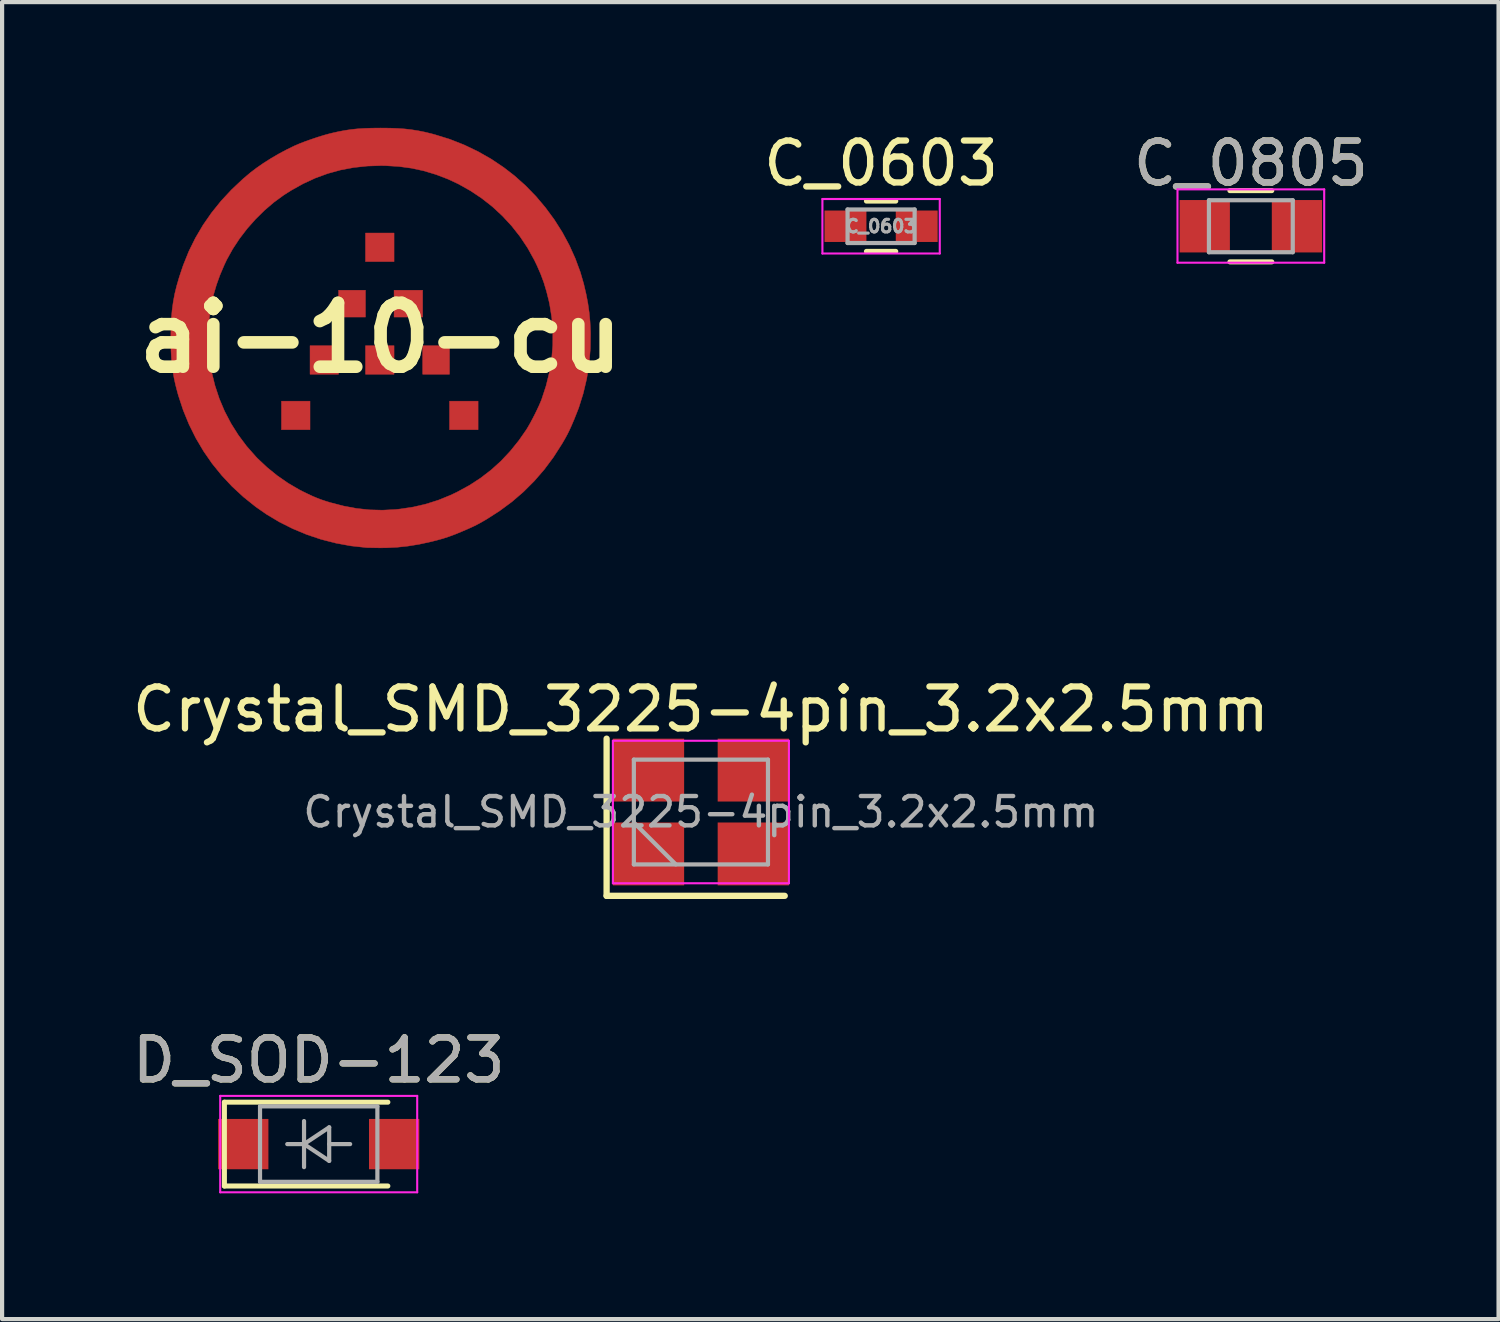
<source format=kicad_pcb>
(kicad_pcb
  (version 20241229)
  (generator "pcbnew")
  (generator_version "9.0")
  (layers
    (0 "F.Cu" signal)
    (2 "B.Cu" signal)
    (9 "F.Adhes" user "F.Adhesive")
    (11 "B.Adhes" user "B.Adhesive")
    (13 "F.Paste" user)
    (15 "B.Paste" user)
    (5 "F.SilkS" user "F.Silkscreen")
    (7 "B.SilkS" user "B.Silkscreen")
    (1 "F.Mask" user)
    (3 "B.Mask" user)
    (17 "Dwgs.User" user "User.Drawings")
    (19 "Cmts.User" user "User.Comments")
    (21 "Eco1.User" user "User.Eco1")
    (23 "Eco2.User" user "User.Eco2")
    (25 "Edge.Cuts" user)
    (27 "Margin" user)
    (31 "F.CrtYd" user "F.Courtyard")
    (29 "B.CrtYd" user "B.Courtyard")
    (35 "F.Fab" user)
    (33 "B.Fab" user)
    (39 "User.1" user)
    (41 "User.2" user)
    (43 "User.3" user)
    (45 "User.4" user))
  (footprint "D_SOD-123"
    (layer "F.Cu")
    (at 4.554 24.247)
    (property "Reference" "D_SOD-123" (at 0 -2 0) (layer "F.SilkS") (effects (font (size 1 1) (thickness 0.15))))
    (attr smd)
    (fp_line (start -2.25 -1) (end -2.25 1) (stroke (width 0.12) (type solid)) (layer "F.SilkS"))
    (fp_line (start -2.25 -1) (end 1.65 -1) (stroke (width 0.12) (type solid)) (layer "F.SilkS"))
    (fp_line (start -2.25 1) (end 1.65 1) (stroke (width 0.12) (type solid)) (layer "F.SilkS"))
    (fp_line (start -2.35 -1.15) (end -2.35 1.15) (stroke (width 0.05) (type solid)) (layer "F.CrtYd"))
    (fp_line (start -2.35 -1.15) (end 2.35 -1.15) (stroke (width 0.05) (type solid)) (layer "F.CrtYd"))
    (fp_line (start 2.35 -1.15) (end 2.35 1.15) (stroke (width 0.05) (type solid)) (layer "F.CrtYd"))
    (fp_line (start 2.35 1.15) (end -2.35 1.15) (stroke (width 0.05) (type solid)) (layer "F.CrtYd"))
    (fp_line (start -1.4 -0.9) (end 1.4 -0.9) (stroke (width 0.1) (type solid)) (layer "F.Fab"))
    (fp_line (start -1.4 0.9) (end -1.4 -0.9) (stroke (width 0.1) (type solid)) (layer "F.Fab"))
    (fp_line (start -0.75 0) (end -0.35 0) (stroke (width 0.1) (type solid)) (layer "F.Fab"))
    (fp_line (start -0.35 0) (end -0.35 -0.55) (stroke (width 0.1) (type solid)) (layer "F.Fab"))
    (fp_line (start -0.35 0) (end -0.35 0.55) (stroke (width 0.1) (type solid)) (layer "F.Fab"))
    (fp_line (start -0.35 0) (end 0.25 -0.4) (stroke (width 0.1) (type solid)) (layer "F.Fab"))
    (fp_line (start 0.25 -0.4) (end 0.25 0.4) (stroke (width 0.1) (type solid)) (layer "F.Fab"))
    (fp_line (start 0.25 0) (end 0.75 0) (stroke (width 0.1) (type solid)) (layer "F.Fab"))
    (fp_line (start 0.25 0.4) (end -0.35 0) (stroke (width 0.1) (type solid)) (layer "F.Fab"))
    (fp_line (start 1.4 -0.9) (end 1.4 0.9) (stroke (width 0.1) (type solid)) (layer "F.Fab"))
    (fp_line (start 1.4 0.9) (end -1.4 0.9) (stroke (width 0.1) (type solid)) (layer "F.Fab"))
    (fp_text user "${REFERENCE}" (at 0 -2 0) (layer "F.Fab") (effects (font (size 1 1) (thickness 0.15))))
    (pad "1" smd rect (at -1.8 0) (size 1.2 1.2) (layers "F.Cu" "F.Mask" "F.Paste"))
    (pad "2" smd rect (at 1.8 0) (size 1.2 1.2) (layers "F.Cu" "F.Mask" "F.Paste")))
  (footprint "C_0603"
    (layer "F.Cu")
    (at 17.972 2.348)
    (property "Reference" "C_0603" (at 0 -1.5 0) (layer "F.SilkS") (effects (font (size 1 1) (thickness 0.15))))
    (attr smd)
    (fp_line (start -0.35 -0.6) (end 0.35 -0.6) (stroke (width 0.12) (type solid)) (layer "F.SilkS"))
    (fp_line (start 0.35 0.6) (end -0.35 0.6) (stroke (width 0.12) (type solid)) (layer "F.SilkS"))
    (fp_line (start -1.4 -0.65) (end -1.4 0.65) (stroke (width 0.05) (type solid)) (layer "F.CrtYd"))
    (fp_line (start -1.4 -0.65) (end 1.4 -0.65) (stroke (width 0.05) (type solid)) (layer "F.CrtYd"))
    (fp_line (start 1.4 0.65) (end -1.4 0.65) (stroke (width 0.05) (type solid)) (layer "F.CrtYd"))
    (fp_line (start 1.4 0.65) (end 1.4 -0.65) (stroke (width 0.05) (type solid)) (layer "F.CrtYd"))
    (fp_line (start -0.8 -0.4) (end 0.8 -0.4) (stroke (width 0.1) (type solid)) (layer "F.Fab"))
    (fp_line (start -0.8 0.4) (end -0.8 -0.4) (stroke (width 0.1) (type solid)) (layer "F.Fab"))
    (fp_line (start 0.8 -0.4) (end 0.8 0.4) (stroke (width 0.1) (type solid)) (layer "F.Fab"))
    (fp_line (start 0.8 0.4) (end -0.8 0.4) (stroke (width 0.1) (type solid)) (layer "F.Fab"))
    (fp_text user "${REFERENCE}" (at 0 0 0) (layer "F.Fab") (effects (font (size 0.3 0.3) (thickness 0.075))))
    (pad "1" smd rect (at -0.85 0) (size 1 0.75) (layers "F.Cu" "F.Mask" "F.Paste"))
    (pad "2" smd rect (at 0.85 0) (size 1 0.75) (layers "F.Cu" "F.Mask" "F.Paste")))
  (footprint "C_0805"
    (layer "F.Cu")
    (at 26.794 2.348)
    (property "Reference" "C_0805" (at 0 -1.5 0) (layer "F.SilkS") (effects (font (size 1 1) (thickness 0.15))))
    (attr smd)
    (fp_line (start -0.5 0.85) (end 0.5 0.85) (stroke (width 0.12) (type solid)) (layer "F.SilkS"))
    (fp_line (start 0.5 -0.85) (end -0.5 -0.85) (stroke (width 0.12) (type solid)) (layer "F.SilkS"))
    (fp_line (start -1.75 -0.88) (end -1.75 0.87) (stroke (width 0.05) (type solid)) (layer "F.CrtYd"))
    (fp_line (start -1.75 -0.88) (end 1.75 -0.88) (stroke (width 0.05) (type solid)) (layer "F.CrtYd"))
    (fp_line (start 1.75 0.87) (end -1.75 0.87) (stroke (width 0.05) (type solid)) (layer "F.CrtYd"))
    (fp_line (start 1.75 0.87) (end 1.75 -0.88) (stroke (width 0.05) (type solid)) (layer "F.CrtYd"))
    (fp_line (start -1 -0.62) (end 1 -0.62) (stroke (width 0.1) (type solid)) (layer "F.Fab"))
    (fp_line (start -1 0.62) (end -1 -0.62) (stroke (width 0.1) (type solid)) (layer "F.Fab"))
    (fp_line (start 1 -0.62) (end 1 0.62) (stroke (width 0.1) (type solid)) (layer "F.Fab"))
    (fp_line (start 1 0.62) (end -1 0.62) (stroke (width 0.1) (type solid)) (layer "F.Fab"))
    (fp_text user "${REFERENCE}" (at 0 -1.5 0) (layer "F.Fab") (effects (font (size 1 1) (thickness 0.15))))
    (pad "1" smd rect (at -1.1 0) (size 1.2 1.25) (layers "F.Cu" "F.Mask" "F.Paste"))
    (pad "2" smd rect (at 1.1 0) (size 1.2 1.25) (layers "F.Cu" "F.Mask" "F.Paste")))
  (footprint "ai-10-cu"
    (layer "F.Cu")
    (at 6.031 5.01)
    (property "Reference" "ai-10-cu" (at 0 0 0) (layer "F.SilkS") (effects (font (size 1.524 1.524) (thickness 0.3))))
    (attr through_hole)
    (fp_poly (pts (xy -1.684 2.192) (xy -2.366 2.192) (xy -2.366 1.511) (xy -1.684 1.511) (xy -1.684 2.192)) (stroke (width 0.01) (type solid)) (fill yes) (layer "F.Cu"))
    (fp_poly (pts (xy -1.003 0.869) (xy -1.684 0.869) (xy -1.684 0.187) (xy -1.003 0.187) (xy -1.003 0.869)) (stroke (width 0.01) (type solid)) (fill yes) (layer "F.Cu"))
    (fp_poly (pts (xy -0.361 -0.495) (xy -1.003 -0.495) (xy -1.003 -1.136) (xy -0.361 -1.136) (xy -0.361 -0.495)) (stroke (width 0.01) (type solid)) (fill yes) (layer "F.Cu"))
    (fp_poly (pts (xy 0.321 -1.818) (xy -0.361 -1.818) (xy -0.361 -2.5) (xy 0.321 -2.5) (xy 0.321 -1.818)) (stroke (width 0.01) (type solid)) (fill yes) (layer "F.Cu"))
    (fp_poly (pts (xy 0.321 0.869) (xy -0.361 0.869) (xy -0.361 0.187) (xy 0.321 0.187) (xy 0.321 0.869)) (stroke (width 0.01) (type solid)) (fill yes) (layer "F.Cu"))
    (fp_poly (pts (xy 1.003 -0.495) (xy 0.321 -0.495) (xy 0.321 -1.136) (xy 1.003 -1.136) (xy 1.003 -0.495)) (stroke (width 0.01) (type solid)) (fill yes) (layer "F.Cu"))
    (fp_poly (pts (xy 1.644 0.869) (xy 1.003 0.869) (xy 1.003 0.187) (xy 1.644 0.187) (xy 1.644 0.869)) (stroke (width 0.01) (type solid)) (fill yes) (layer "F.Cu"))
    (fp_poly (pts (xy 2.326 2.192) (xy 1.644 2.192) (xy 1.644 1.511) (xy 2.326 1.511) (xy 2.326 2.192)) (stroke (width 0.01) (type solid)) (fill yes) (layer "F.Cu"))
    (fp_poly (pts (xy 0.007 -5.005) (xy 0.216 -5.003) (xy 0.404 -4.996) (xy 0.577 -4.984) (xy 0.74 -4.965) (xy 0.898 -4.94) (xy 1.058 -4.908) (xy 1.225 -4.867) (xy 1.301 -4.846) (xy 1.653 -4.737) (xy 1.993 -4.603) (xy 2.321 -4.446) (xy 2.636 -4.267) (xy 2.936 -4.066) (xy 3.192 -3.868) (xy 3.458 -3.631) (xy 3.706 -3.376) (xy 3.935 -3.104) (xy 4.145 -2.818) (xy 4.334 -2.52) (xy 4.501 -2.211) (xy 4.645 -1.892) (xy 4.765 -1.567) (xy 4.847 -1.284) (xy 4.902 -1.048) (xy 4.945 -0.826) (xy 4.976 -0.608) (xy 4.997 -0.386) (xy 5.008 -0.15) (xy 5.009 -0.107) (xy 5.004 0.261) (xy 4.974 0.622) (xy 4.917 0.978) (xy 4.834 1.328) (xy 4.726 1.672) (xy 4.617 1.948) (xy 4.57 2.058) (xy 4.53 2.149) (xy 4.493 2.228) (xy 4.457 2.3) (xy 4.418 2.372) (xy 4.374 2.45) (xy 4.325 2.533) (xy 4.124 2.847) (xy 3.905 3.141) (xy 3.667 3.416) (xy 3.411 3.672) (xy 3.135 3.91) (xy 2.84 4.128) (xy 2.533 4.325) (xy 2.444 4.377) (xy 2.367 4.421) (xy 2.295 4.459) (xy 2.223 4.495) (xy 2.143 4.532) (xy 2.051 4.573) (xy 1.948 4.617) (xy 1.786 4.684) (xy 1.636 4.74) (xy 1.49 4.788) (xy 1.336 4.831) (xy 1.196 4.866) (xy 0.919 4.926) (xy 0.655 4.969) (xy 0.395 4.997) (xy 0.132 5.01) (xy -0.02 5.011) (xy -0.106 5.01) (xy -0.187 5.008) (xy -0.258 5.007) (xy -0.313 5.006) (xy -0.346 5.004) (xy -0.348 5.004) (xy -0.712 4.964) (xy -1.07 4.898) (xy -1.421 4.808) (xy -1.764 4.693) (xy -2.096 4.554) (xy -2.417 4.393) (xy -2.725 4.209) (xy -2.979 4.032) (xy -3.27 3.799) (xy -3.541 3.549) (xy -3.79 3.283) (xy -4.019 3.001) (xy -4.225 2.703) (xy -4.409 2.392) (xy -4.571 2.066) (xy -4.71 1.726) (xy -4.826 1.374) (xy -4.846 1.301) (xy -4.891 1.13) (xy -4.927 0.968) (xy -4.955 0.809) (xy -4.976 0.649) (xy -4.991 0.481) (xy -5.001 0.3) (xy -5.005 0.101) (xy -5.005 0.007) (xy -5.004 -0.087) (xy -4.108 -0.087) (xy -4.108 0.048) (xy -4.105 0.183) (xy -4.1 0.309) (xy -4.092 0.421) (xy -4.086 0.481) (xy -4.032 0.814) (xy -3.953 1.136) (xy -3.85 1.449) (xy -3.723 1.75) (xy -3.571 2.041) (xy -3.396 2.319) (xy -3.198 2.584) (xy -2.976 2.836) (xy -2.939 2.875) (xy -2.712 3.089) (xy -2.467 3.288) (xy -2.207 3.468) (xy -1.937 3.626) (xy -1.859 3.666) (xy -1.734 3.727) (xy -1.624 3.778) (xy -1.522 3.821) (xy -1.421 3.86) (xy -1.313 3.896) (xy -1.203 3.93) (xy -0.884 4.013) (xy -0.572 4.071) (xy -0.262 4.104) (xy 0.046 4.112) (xy 0.356 4.096) (xy 0.468 4.084) (xy 0.784 4.036) (xy 1.086 3.965) (xy 1.38 3.872) (xy 1.669 3.754) (xy 1.832 3.676) (xy 2.12 3.519) (xy 2.388 3.344) (xy 2.639 3.151) (xy 2.874 2.938) (xy 3.093 2.704) (xy 3.299 2.449) (xy 3.481 2.187) (xy 3.523 2.117) (xy 3.573 2.029) (xy 3.626 1.929) (xy 3.681 1.823) (xy 3.733 1.716) (xy 3.78 1.616) (xy 3.818 1.528) (xy 3.841 1.471) (xy 3.947 1.148) (xy 4.027 0.823) (xy 4.081 0.498) (xy 4.108 0.172) (xy 4.109 -0.154) (xy 4.084 -0.477) (xy 4.033 -0.798) (xy 4.016 -0.876) (xy 3.959 -1.105) (xy 3.895 -1.318) (xy 3.819 -1.523) (xy 3.729 -1.729) (xy 3.666 -1.859) (xy 3.508 -2.144) (xy 3.328 -2.414) (xy 3.127 -2.669) (xy 2.907 -2.907) (xy 2.669 -3.128) (xy 2.413 -3.329) (xy 2.142 -3.51) (xy 1.857 -3.67) (xy 1.614 -3.784) (xy 1.325 -3.895) (xy 1.034 -3.983) (xy 0.739 -4.047) (xy 0.435 -4.088) (xy 0.119 -4.107) (xy 0.013 -4.109) (xy -0.32 -4.098) (xy -0.643 -4.063) (xy -0.956 -4.004) (xy -1.261 -3.92) (xy -1.559 -3.811) (xy -1.851 -3.676) (xy -2.139 -3.515) (xy -2.309 -3.407) (xy -2.543 -3.236) (xy -2.769 -3.043) (xy -2.984 -2.831) (xy -3.184 -2.605) (xy -3.367 -2.366) (xy -3.53 -2.118) (xy -3.671 -1.864) (xy -3.729 -1.741) (xy -3.833 -1.497) (xy -3.917 -1.263) (xy -3.985 -1.031) (xy -4.038 -0.793) (xy -4.078 -0.543) (xy -4.092 -0.428) (xy -4.1 -0.332) (xy -4.106 -0.215) (xy -4.108 -0.087) (xy -5.004 -0.087) (xy -5.002 -0.234) (xy -4.993 -0.455) (xy -4.975 -0.66) (xy -4.948 -0.857) (xy -4.912 -1.05) (xy -4.864 -1.245) (xy -4.805 -1.447) (xy -4.733 -1.663) (xy -4.707 -1.738) (xy -4.575 -2.066) (xy -4.418 -2.383) (xy -4.238 -2.689) (xy -4.034 -2.983) (xy -3.806 -3.266) (xy -3.556 -3.535) (xy -3.283 -3.792) (xy -3.103 -3.944) (xy -2.958 -4.054) (xy -2.794 -4.168) (xy -2.616 -4.281) (xy -2.431 -4.389) (xy -2.244 -4.489) (xy -2.062 -4.578) (xy -2.052 -4.582) (xy -1.934 -4.633) (xy -1.797 -4.686) (xy -1.649 -4.738) (xy -1.497 -4.789) (xy -1.348 -4.835) (xy -1.209 -4.873) (xy -1.155 -4.886) (xy -0.998 -4.921) (xy -0.848 -4.949) (xy -0.7 -4.971) (xy -0.548 -4.987) (xy -0.386 -4.997) (xy -0.21 -5.003) (xy -0.013 -5.005) (xy 0.007 -5.005)) (stroke (width 0.01) (type solid)) (fill yes) (layer "F.Cu")))
  (footprint "Crystal_SMD_3225-4pin_3.2x2.5mm"
    (layer "F.Cu")
    (at 13.673 16.324)
    (property "Reference" "Crystal_SMD_3225-4pin_3.2x2.5mm" (at 0 -2.45 0) (layer "F.SilkS") (effects (font (size 1 1) (thickness 0.15))))
    (attr smd)
    (fp_line (start -2.25 2) (end -2.25 -1.75) (stroke (width 0.15) (type solid)) (layer "F.SilkS"))
    (fp_line (start 2 2) (end -2.25 2) (stroke (width 0.15) (type solid)) (layer "F.SilkS"))
    (fp_line (start -2.1 -1.7) (end -2.1 1.7) (stroke (width 0.05) (type solid)) (layer "F.CrtYd"))
    (fp_line (start -2.1 1.7) (end 2.1 1.7) (stroke (width 0.05) (type solid)) (layer "F.CrtYd"))
    (fp_line (start 2.1 -1.7) (end -2.1 -1.7) (stroke (width 0.05) (type solid)) (layer "F.CrtYd"))
    (fp_line (start 2.1 1.7) (end 2.1 -1.7) (stroke (width 0.05) (type solid)) (layer "F.CrtYd"))
    (fp_line (start -1.6 -1.25) (end -1.6 1.25) (stroke (width 0.1) (type solid)) (layer "F.Fab"))
    (fp_line (start -1.6 0.25) (end -0.6 1.25) (stroke (width 0.1) (type solid)) (layer "F.Fab"))
    (fp_line (start -1.6 1.25) (end 1.6 1.25) (stroke (width 0.1) (type solid)) (layer "F.Fab"))
    (fp_line (start 1.6 -1.25) (end -1.6 -1.25) (stroke (width 0.1) (type solid)) (layer "F.Fab"))
    (fp_line (start 1.6 1.25) (end 1.6 -1.25) (stroke (width 0.1) (type solid)) (layer "F.Fab"))
    (fp_text user "${REFERENCE}" (at 0 0 0) (layer "F.Fab") (effects (font (size 0.7 0.7) (thickness 0.105))))
    (pad "1" smd rect (at -1.25 1) (size 1.7 1.5) (layers "F.Cu" "F.Mask" "F.Paste"))
    (pad "2" smd rect (at 1.25 1) (size 1.7 1.5) (layers "F.Cu" "F.Mask" "F.Paste"))
    (pad "3" smd rect (at 1.25 -1) (size 1.7 1.5) (layers "F.Cu" "F.Mask" "F.Paste"))
    (pad "4" smd rect (at -1.25 -1) (size 1.7 1.5) (layers "F.Cu" "F.Mask" "F.Paste")))
  (gr_rect
    (start -3 -3)
    (end 32.704 28.422)
    (stroke (width 0.1) (type default))
    (fill no)
    (layer "Edge.Cuts")))
</source>
